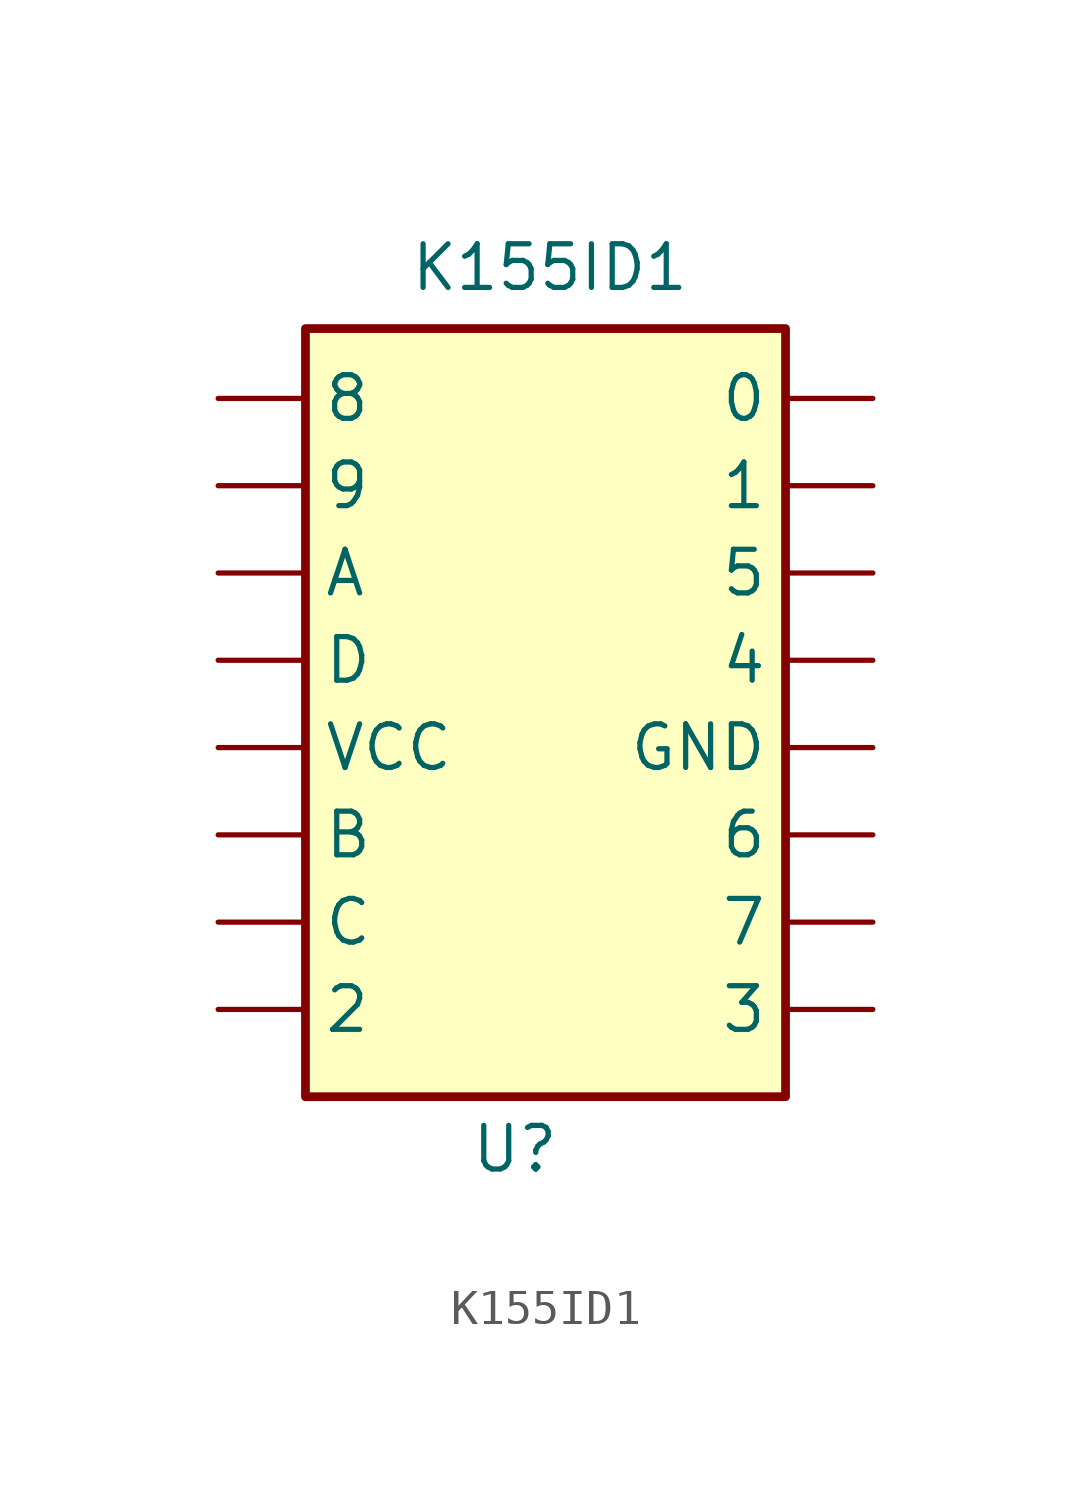
<source format=kicad_sym>
(kicad_symbol_lib
  (version 20241209)
  (generator "kicad_symbol_editor")
  (generator_version "9.0")
  (symbol "K155ID1"
    (property "Reference" "U"
      (at -0.254 -7.874 0)
      (effects (font (size 1.27 1.27))))
    (property "Value" "K155ID1"
      (at 0.762 17.78 0)
      (effects (font (size 1.27 1.27))))
    (symbol "K155ID1_0_1"
      (rectangle (start -6.35 16.002) (end 7.62 -6.35) (stroke (width 0.254) (type default)) (fill (type background))))
    (symbol "K155ID1_1_1"
      (pin input line (at -8.89 13.97 0) (length 2.54) (name "8" (effects (font (size 1.27 1.27)))) (number "" (effects (font (size 1.27 1.27)))))
      (pin input line (at -8.89 11.43 0) (length 2.54) (name "9" (effects (font (size 1.27 1.27)))) (number "" (effects (font (size 1.27 1.27)))))
      (pin input line (at -8.89 8.89 0) (length 2.54) (name "A" (effects (font (size 1.27 1.27)))) (number "" (effects (font (size 1.27 1.27)))))
      (pin input line (at -8.89 6.35 0) (length 2.54) (name "D" (effects (font (size 1.27 1.27)))) (number "" (effects (font (size 1.27 1.27)))))
      (pin input line (at -8.89 3.81 0) (length 2.54) (name "VCC" (effects (font (size 1.27 1.27)))) (number "" (effects (font (size 1.27 1.27)))))
      (pin input line (at -8.89 1.27 0) (length 2.54) (name "B" (effects (font (size 1.27 1.27)))) (number "" (effects (font (size 1.27 1.27)))))
      (pin input line (at -8.89 -1.27 0) (length 2.54) (name "C" (effects (font (size 1.27 1.27)))) (number "" (effects (font (size 1.27 1.27)))))
      (pin input line (at -8.89 -3.81 0) (length 2.54) (name "2" (effects (font (size 1.27 1.27)))) (number "" (effects (font (size 1.27 1.27)))))
      (pin input line (at 10.16 13.97 180) (length 2.54) (name "0" (effects (font (size 1.27 1.27)))) (number "" (effects (font (size 1.27 1.27)))))
      (pin input line (at 10.16 11.43 180) (length 2.54) (name "1" (effects (font (size 1.27 1.27)))) (number "" (effects (font (size 1.27 1.27)))))
      (pin input line (at 10.16 8.89 180) (length 2.54) (name "5" (effects (font (size 1.27 1.27)))) (number "" (effects (font (size 1.27 1.27)))))
      (pin input line (at 10.16 6.35 180) (length 2.54) (name "4" (effects (font (size 1.27 1.27)))) (number "" (effects (font (size 1.27 1.27)))))
      (pin input line (at 10.16 3.81 180) (length 2.54) (name "GND" (effects (font (size 1.27 1.27)))) (number "" (effects (font (size 1.27 1.27)))))
      (pin input line (at 10.16 1.27 180) (length 2.54) (name "6" (effects (font (size 1.27 1.27)))) (number "" (effects (font (size 1.27 1.27)))))
      (pin input line (at 10.16 -1.27 180) (length 2.54) (name "7" (effects (font (size 1.27 1.27)))) (number "" (effects (font (size 1.27 1.27)))))
      (pin input line (at 10.16 -3.81 180) (length 2.54) (name "3" (effects (font (size 1.27 1.27)))) (number "" (effects (font (size 1.27 1.27))))))))
</source>
